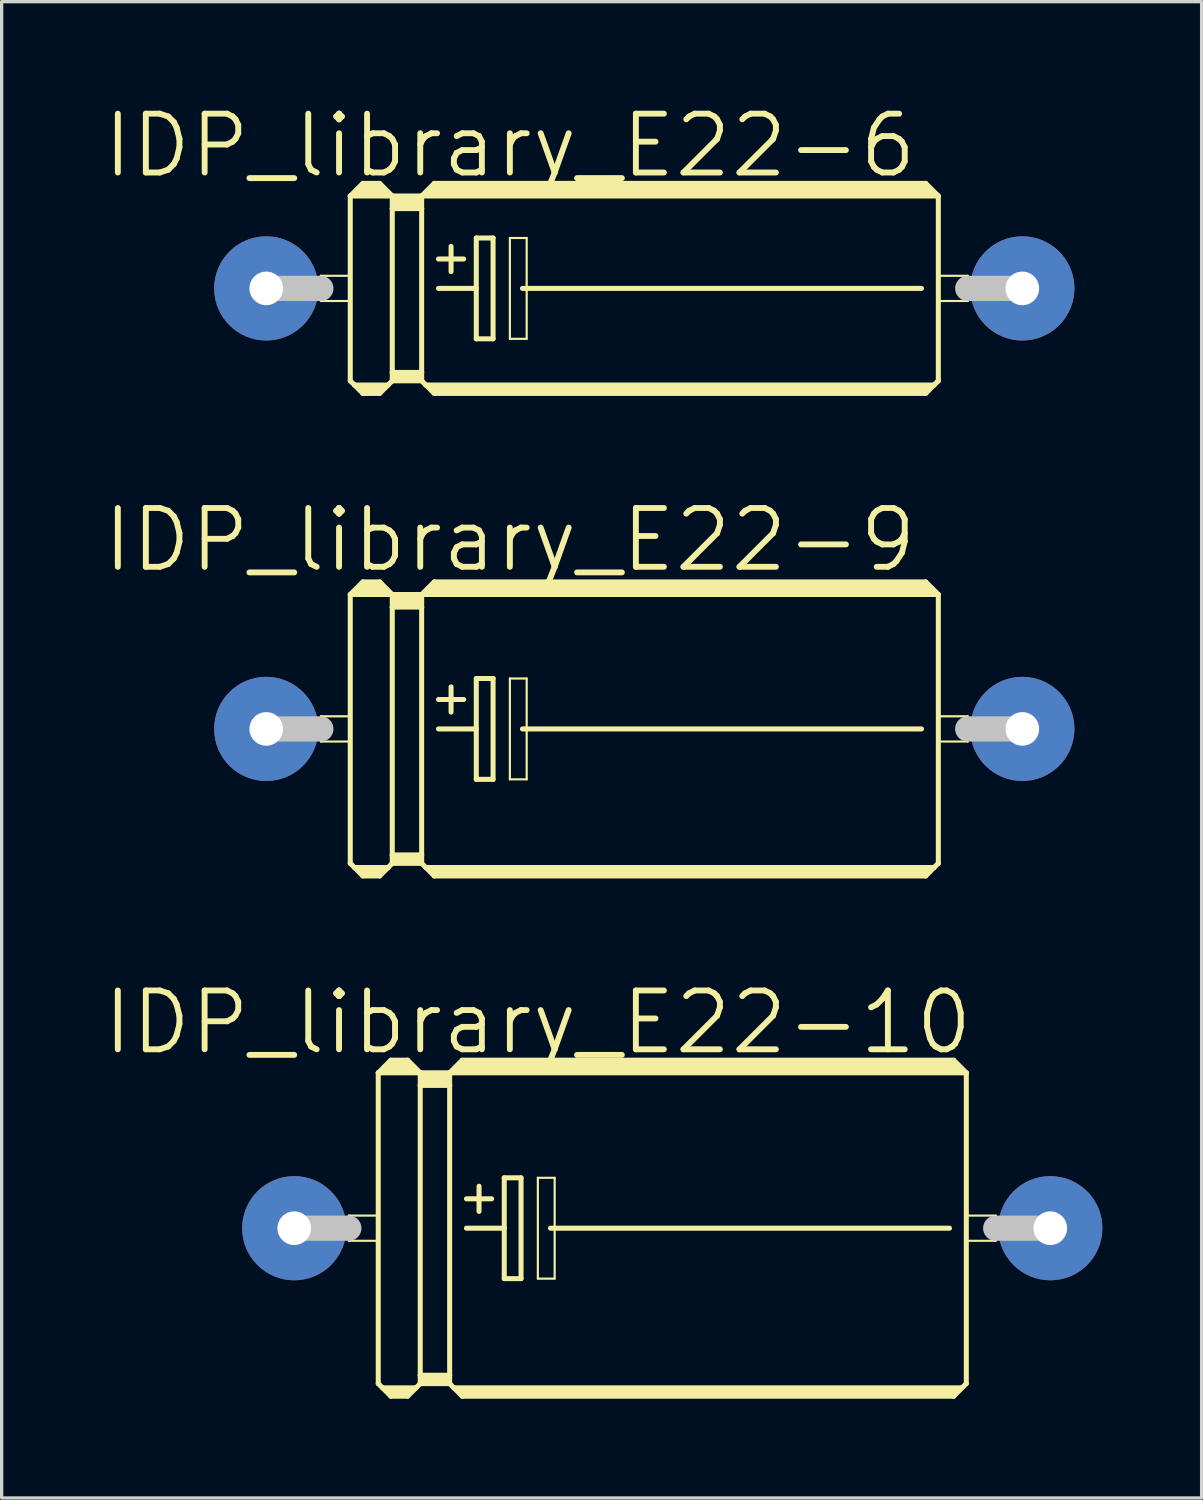
<source format=kicad_pcb>
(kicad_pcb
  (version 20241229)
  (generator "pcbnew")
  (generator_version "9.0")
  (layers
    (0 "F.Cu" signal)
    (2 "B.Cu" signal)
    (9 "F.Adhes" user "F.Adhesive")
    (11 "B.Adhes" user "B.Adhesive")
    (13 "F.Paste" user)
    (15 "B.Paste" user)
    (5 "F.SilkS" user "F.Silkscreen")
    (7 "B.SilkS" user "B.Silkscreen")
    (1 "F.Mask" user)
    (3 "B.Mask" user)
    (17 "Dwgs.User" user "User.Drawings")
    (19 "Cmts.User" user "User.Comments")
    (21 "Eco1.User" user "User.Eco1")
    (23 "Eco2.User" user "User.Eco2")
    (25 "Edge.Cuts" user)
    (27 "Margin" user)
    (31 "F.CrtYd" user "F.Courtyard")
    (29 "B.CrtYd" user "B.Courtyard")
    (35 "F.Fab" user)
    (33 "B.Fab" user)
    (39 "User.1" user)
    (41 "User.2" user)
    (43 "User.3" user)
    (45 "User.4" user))
  (footprint "IDP_library_E22-6"
    (layer "F.Cu")
    (at 16.43 5.67)
    (property "Reference" "IDP_library_E22-6" (at -4.064 -4.318 0) (layer "F.SilkS") (effects (font (size 1.778 1.778) (thickness 0.178))))
    (attr exclude_from_pos_files exclude_from_bom)
    (fp_line (start -9.779 -0.381) (end -8.89 -0.381) (stroke (width 0.066) (type solid)) (layer "F.SilkS"))
    (fp_line (start -9.779 0.381) (end -9.779 -0.381) (stroke (width 0.066) (type solid)) (layer "F.SilkS"))
    (fp_line (start -9.779 0.381) (end -8.89 0.381) (stroke (width 0.066) (type solid)) (layer "F.SilkS"))
    (fp_line (start -8.89 -2.794) (end -8.89 2.794) (stroke (width 0.152) (type solid)) (layer "F.SilkS"))
    (fp_line (start -8.89 -2.794) (end -8.509 -3.175) (stroke (width 0.152) (type solid)) (layer "F.SilkS"))
    (fp_line (start -8.89 -2.794) (end -7.62 -2.794) (stroke (width 0.152) (type solid)) (layer "F.SilkS"))
    (fp_line (start -8.89 0.381) (end -8.89 -0.381) (stroke (width 0.066) (type solid)) (layer "F.SilkS"))
    (fp_line (start -8.89 2.794) (end -8.76 2.921) (stroke (width 0.152) (type solid)) (layer "F.SilkS"))
    (fp_line (start -8.76 2.921) (end -8.509 3.175) (stroke (width 0.152) (type solid)) (layer "F.SilkS"))
    (fp_line (start -8.76 2.921) (end -7.747 2.921) (stroke (width 0.152) (type solid)) (layer "F.SilkS"))
    (fp_line (start -8.636 -2.921) (end -7.874 -2.921) (stroke (width 0.305) (type solid)) (layer "F.SilkS"))
    (fp_line (start -8.509 -3.175) (end -8.001 -3.175) (stroke (width 0.152) (type solid)) (layer "F.SilkS"))
    (fp_line (start -8.509 -3.048) (end -8.001 -3.048) (stroke (width 0.305) (type solid)) (layer "F.SilkS"))
    (fp_line (start -8.509 3.048) (end -8.001 3.048) (stroke (width 0.254) (type solid)) (layer "F.SilkS"))
    (fp_line (start -8.509 3.175) (end -8.001 3.175) (stroke (width 0.152) (type solid)) (layer "F.SilkS"))
    (fp_line (start -7.747 2.921) (end -8.001 3.175) (stroke (width 0.152) (type solid)) (layer "F.SilkS"))
    (fp_line (start -7.62 -2.794) (end -8.001 -3.175) (stroke (width 0.152) (type solid)) (layer "F.SilkS"))
    (fp_line (start -7.62 -2.794) (end -7.62 -2.413) (stroke (width 0.152) (type solid)) (layer "F.SilkS"))
    (fp_line (start -7.62 -2.794) (end -6.731 -2.794) (stroke (width 0.152) (type solid)) (layer "F.SilkS"))
    (fp_line (start -7.62 -2.413) (end -6.731 -2.413) (stroke (width 0.152) (type solid)) (layer "F.SilkS"))
    (fp_line (start -7.62 2.54) (end -7.62 -2.413) (stroke (width 0.152) (type solid)) (layer "F.SilkS"))
    (fp_line (start -7.62 2.54) (end -6.731 2.54) (stroke (width 0.152) (type solid)) (layer "F.SilkS"))
    (fp_line (start -7.62 2.794) (end -7.747 2.921) (stroke (width 0.152) (type solid)) (layer "F.SilkS"))
    (fp_line (start -7.62 2.794) (end -7.62 2.54) (stroke (width 0.152) (type solid)) (layer "F.SilkS"))
    (fp_line (start -7.62 2.794) (end -6.731 2.794) (stroke (width 0.152) (type solid)) (layer "F.SilkS"))
    (fp_line (start -7.493 -2.667) (end -6.858 -2.667) (stroke (width 0.305) (type solid)) (layer "F.SilkS"))
    (fp_line (start -7.493 -2.54) (end -6.858 -2.54) (stroke (width 0.305) (type solid)) (layer "F.SilkS"))
    (fp_line (start -7.493 2.667) (end -6.858 2.667) (stroke (width 0.254) (type solid)) (layer "F.SilkS"))
    (fp_line (start -6.731 -2.794) (end -6.731 -2.413) (stroke (width 0.152) (type solid)) (layer "F.SilkS"))
    (fp_line (start -6.731 -2.794) (end 8.89 -2.794) (stroke (width 0.152) (type solid)) (layer "F.SilkS"))
    (fp_line (start -6.731 -2.413) (end -6.731 2.54) (stroke (width 0.152) (type solid)) (layer "F.SilkS"))
    (fp_line (start -6.731 2.54) (end -6.731 2.794) (stroke (width 0.152) (type solid)) (layer "F.SilkS"))
    (fp_line (start -6.604 2.921) (end -6.731 2.794) (stroke (width 0.152) (type solid)) (layer "F.SilkS"))
    (fp_line (start -6.604 2.921) (end 8.76 2.921) (stroke (width 0.152) (type solid)) (layer "F.SilkS"))
    (fp_line (start -6.477 -2.921) (end 8.636 -2.921) (stroke (width 0.305) (type solid)) (layer "F.SilkS"))
    (fp_line (start -6.35 -3.175) (end -6.731 -2.794) (stroke (width 0.152) (type solid)) (layer "F.SilkS"))
    (fp_line (start -6.35 -3.175) (end 8.509 -3.175) (stroke (width 0.152) (type solid)) (layer "F.SilkS"))
    (fp_line (start -6.35 -3.048) (end 8.509 -3.048) (stroke (width 0.305) (type solid)) (layer "F.SilkS"))
    (fp_line (start -6.35 3.048) (end 8.509 3.048) (stroke (width 0.254) (type solid)) (layer "F.SilkS"))
    (fp_line (start -6.35 3.175) (end -6.604 2.921) (stroke (width 0.152) (type solid)) (layer "F.SilkS"))
    (fp_line (start -6.35 3.175) (end 8.509 3.175) (stroke (width 0.152) (type solid)) (layer "F.SilkS"))
    (fp_line (start -6.223 -0.889) (end -5.461 -0.889) (stroke (width 0.152) (type solid)) (layer "F.SilkS"))
    (fp_line (start -6.223 0) (end -5.08 0) (stroke (width 0.152) (type solid)) (layer "F.SilkS"))
    (fp_line (start -5.842 -1.27) (end -5.842 -0.508) (stroke (width 0.152) (type solid)) (layer "F.SilkS"))
    (fp_line (start -5.08 -1.524) (end -5.08 0) (stroke (width 0.152) (type solid)) (layer "F.SilkS"))
    (fp_line (start -5.08 0) (end -5.08 1.524) (stroke (width 0.152) (type solid)) (layer "F.SilkS"))
    (fp_line (start -5.08 1.524) (end -4.572 1.524) (stroke (width 0.152) (type solid)) (layer "F.SilkS"))
    (fp_line (start -4.572 -1.524) (end -5.08 -1.524) (stroke (width 0.152) (type solid)) (layer "F.SilkS"))
    (fp_line (start -4.572 1.524) (end -4.572 -1.524) (stroke (width 0.152) (type solid)) (layer "F.SilkS"))
    (fp_line (start -4.064 -1.524) (end -3.556 -1.524) (stroke (width 0.066) (type solid)) (layer "F.SilkS"))
    (fp_line (start -4.064 1.524) (end -4.064 -1.524) (stroke (width 0.066) (type solid)) (layer "F.SilkS"))
    (fp_line (start -4.064 1.524) (end -3.556 1.524) (stroke (width 0.066) (type solid)) (layer "F.SilkS"))
    (fp_line (start -3.683 0) (end 8.382 0) (stroke (width 0.152) (type solid)) (layer "F.SilkS"))
    (fp_line (start -3.556 1.524) (end -3.556 -1.524) (stroke (width 0.066) (type solid)) (layer "F.SilkS"))
    (fp_line (start 8.509 -3.175) (end 8.89 -2.794) (stroke (width 0.152) (type solid)) (layer "F.SilkS"))
    (fp_line (start 8.509 3.175) (end 8.76 2.921) (stroke (width 0.152) (type solid)) (layer "F.SilkS"))
    (fp_line (start 8.76 2.921) (end 8.89 2.794) (stroke (width 0.152) (type solid)) (layer "F.SilkS"))
    (fp_line (start 8.89 -2.794) (end 8.89 2.794) (stroke (width 0.152) (type solid)) (layer "F.SilkS"))
    (fp_line (start 8.89 -0.381) (end 9.779 -0.381) (stroke (width 0.066) (type solid)) (layer "F.SilkS"))
    (fp_line (start 8.89 0.381) (end 8.89 -0.381) (stroke (width 0.066) (type solid)) (layer "F.SilkS"))
    (fp_line (start 8.89 0.381) (end 9.779 0.381) (stroke (width 0.066) (type solid)) (layer "F.SilkS"))
    (fp_line (start 9.779 0.381) (end 9.779 -0.381) (stroke (width 0.066) (type solid)) (layer "F.SilkS"))
    (fp_line (start -11.43 0) (end -9.779 0) (stroke (width 0.762) (type solid)) (layer "Dwgs.User"))
    (fp_line (start 11.43 0) (end 9.779 0) (stroke (width 0.762) (type solid)) (layer "Dwgs.User"))
    (pad "+" thru_hole circle (at -11.43 0) (size 3.15 3.15) (drill 1.016) (layers "*.Cu" "*.Paste" "*.Mask"))
    (pad "-" thru_hole circle (at 11.43 0) (size 3.15 3.15) (drill 1.016) (layers "*.Cu" "*.Paste" "*.Mask")))
  (footprint "IDP_library_E22-9"
    (layer "F.Cu")
    (at 16.43 18.989)
    (property "Reference" "IDP_library_E22-9" (at -4.064 -5.715 0) (layer "F.SilkS") (effects (font (size 1.778 1.778) (thickness 0.178))))
    (attr exclude_from_pos_files exclude_from_bom)
    (fp_line (start -9.779 -0.381) (end -8.89 -0.381) (stroke (width 0.066) (type solid)) (layer "F.SilkS"))
    (fp_line (start -9.779 0.381) (end -9.779 -0.381) (stroke (width 0.066) (type solid)) (layer "F.SilkS"))
    (fp_line (start -9.779 0.381) (end -8.89 0.381) (stroke (width 0.066) (type solid)) (layer "F.SilkS"))
    (fp_line (start -8.89 -4.064) (end -8.89 4.064) (stroke (width 0.152) (type solid)) (layer "F.SilkS"))
    (fp_line (start -8.89 -4.064) (end -8.509 -4.445) (stroke (width 0.152) (type solid)) (layer "F.SilkS"))
    (fp_line (start -8.89 -4.064) (end -7.62 -4.064) (stroke (width 0.152) (type solid)) (layer "F.SilkS"))
    (fp_line (start -8.89 0.381) (end -8.89 -0.381) (stroke (width 0.066) (type solid)) (layer "F.SilkS"))
    (fp_line (start -8.89 4.064) (end -8.76 4.191) (stroke (width 0.152) (type solid)) (layer "F.SilkS"))
    (fp_line (start -8.76 4.191) (end -8.509 4.445) (stroke (width 0.152) (type solid)) (layer "F.SilkS"))
    (fp_line (start -8.76 4.191) (end -7.747 4.191) (stroke (width 0.152) (type solid)) (layer "F.SilkS"))
    (fp_line (start -8.636 -4.191) (end -7.874 -4.191) (stroke (width 0.305) (type solid)) (layer "F.SilkS"))
    (fp_line (start -8.509 -4.445) (end -8.001 -4.445) (stroke (width 0.152) (type solid)) (layer "F.SilkS"))
    (fp_line (start -8.509 -4.318) (end -8.001 -4.318) (stroke (width 0.305) (type solid)) (layer "F.SilkS"))
    (fp_line (start -8.509 4.318) (end -8.001 4.318) (stroke (width 0.254) (type solid)) (layer "F.SilkS"))
    (fp_line (start -8.509 4.445) (end -8.001 4.445) (stroke (width 0.152) (type solid)) (layer "F.SilkS"))
    (fp_line (start -7.747 4.191) (end -8.001 4.445) (stroke (width 0.152) (type solid)) (layer "F.SilkS"))
    (fp_line (start -7.62 -4.064) (end -8.001 -4.445) (stroke (width 0.152) (type solid)) (layer "F.SilkS"))
    (fp_line (start -7.62 -4.064) (end -7.62 -3.683) (stroke (width 0.152) (type solid)) (layer "F.SilkS"))
    (fp_line (start -7.62 -4.064) (end -6.731 -4.064) (stroke (width 0.152) (type solid)) (layer "F.SilkS"))
    (fp_line (start -7.62 -3.683) (end -6.731 -3.683) (stroke (width 0.152) (type solid)) (layer "F.SilkS"))
    (fp_line (start -7.62 3.81) (end -7.62 -3.683) (stroke (width 0.152) (type solid)) (layer "F.SilkS"))
    (fp_line (start -7.62 3.81) (end -6.731 3.81) (stroke (width 0.152) (type solid)) (layer "F.SilkS"))
    (fp_line (start -7.62 4.064) (end -7.747 4.191) (stroke (width 0.152) (type solid)) (layer "F.SilkS"))
    (fp_line (start -7.62 4.064) (end -7.62 3.81) (stroke (width 0.152) (type solid)) (layer "F.SilkS"))
    (fp_line (start -7.62 4.064) (end -6.731 4.064) (stroke (width 0.152) (type solid)) (layer "F.SilkS"))
    (fp_line (start -7.493 -3.937) (end -6.858 -3.937) (stroke (width 0.305) (type solid)) (layer "F.SilkS"))
    (fp_line (start -7.493 -3.81) (end -6.858 -3.81) (stroke (width 0.305) (type solid)) (layer "F.SilkS"))
    (fp_line (start -7.493 3.937) (end -6.858 3.937) (stroke (width 0.254) (type solid)) (layer "F.SilkS"))
    (fp_line (start -6.731 -4.064) (end -6.731 -3.683) (stroke (width 0.152) (type solid)) (layer "F.SilkS"))
    (fp_line (start -6.731 -4.064) (end 8.89 -4.064) (stroke (width 0.152) (type solid)) (layer "F.SilkS"))
    (fp_line (start -6.731 -3.683) (end -6.731 3.81) (stroke (width 0.152) (type solid)) (layer "F.SilkS"))
    (fp_line (start -6.731 3.81) (end -6.731 4.064) (stroke (width 0.152) (type solid)) (layer "F.SilkS"))
    (fp_line (start -6.604 4.191) (end -6.731 4.064) (stroke (width 0.152) (type solid)) (layer "F.SilkS"))
    (fp_line (start -6.604 4.191) (end 8.76 4.191) (stroke (width 0.152) (type solid)) (layer "F.SilkS"))
    (fp_line (start -6.477 -4.191) (end 8.636 -4.191) (stroke (width 0.305) (type solid)) (layer "F.SilkS"))
    (fp_line (start -6.35 -4.445) (end -6.731 -4.064) (stroke (width 0.152) (type solid)) (layer "F.SilkS"))
    (fp_line (start -6.35 -4.445) (end 8.509 -4.445) (stroke (width 0.152) (type solid)) (layer "F.SilkS"))
    (fp_line (start -6.35 -4.318) (end 8.509 -4.318) (stroke (width 0.305) (type solid)) (layer "F.SilkS"))
    (fp_line (start -6.35 4.318) (end 8.509 4.318) (stroke (width 0.254) (type solid)) (layer "F.SilkS"))
    (fp_line (start -6.35 4.445) (end -6.604 4.191) (stroke (width 0.152) (type solid)) (layer "F.SilkS"))
    (fp_line (start -6.35 4.445) (end 8.509 4.445) (stroke (width 0.152) (type solid)) (layer "F.SilkS"))
    (fp_line (start -6.223 -0.889) (end -5.461 -0.889) (stroke (width 0.152) (type solid)) (layer "F.SilkS"))
    (fp_line (start -6.223 0) (end -5.08 0) (stroke (width 0.152) (type solid)) (layer "F.SilkS"))
    (fp_line (start -5.842 -1.27) (end -5.842 -0.508) (stroke (width 0.152) (type solid)) (layer "F.SilkS"))
    (fp_line (start -5.08 -1.524) (end -5.08 0) (stroke (width 0.152) (type solid)) (layer "F.SilkS"))
    (fp_line (start -5.08 0) (end -5.08 1.524) (stroke (width 0.152) (type solid)) (layer "F.SilkS"))
    (fp_line (start -5.08 1.524) (end -4.572 1.524) (stroke (width 0.152) (type solid)) (layer "F.SilkS"))
    (fp_line (start -4.572 -1.524) (end -5.08 -1.524) (stroke (width 0.152) (type solid)) (layer "F.SilkS"))
    (fp_line (start -4.572 1.524) (end -4.572 -1.524) (stroke (width 0.152) (type solid)) (layer "F.SilkS"))
    (fp_line (start -4.064 -1.524) (end -3.556 -1.524) (stroke (width 0.066) (type solid)) (layer "F.SilkS"))
    (fp_line (start -4.064 1.524) (end -4.064 -1.524) (stroke (width 0.066) (type solid)) (layer "F.SilkS"))
    (fp_line (start -4.064 1.524) (end -3.556 1.524) (stroke (width 0.066) (type solid)) (layer "F.SilkS"))
    (fp_line (start -3.683 0) (end 8.382 0) (stroke (width 0.152) (type solid)) (layer "F.SilkS"))
    (fp_line (start -3.556 1.524) (end -3.556 -1.524) (stroke (width 0.066) (type solid)) (layer "F.SilkS"))
    (fp_line (start 8.509 -4.445) (end 8.89 -4.064) (stroke (width 0.152) (type solid)) (layer "F.SilkS"))
    (fp_line (start 8.509 4.445) (end 8.76 4.191) (stroke (width 0.152) (type solid)) (layer "F.SilkS"))
    (fp_line (start 8.76 4.191) (end 8.89 4.064) (stroke (width 0.152) (type solid)) (layer "F.SilkS"))
    (fp_line (start 8.89 -4.064) (end 8.89 4.064) (stroke (width 0.152) (type solid)) (layer "F.SilkS"))
    (fp_line (start 8.89 -0.381) (end 9.779 -0.381) (stroke (width 0.066) (type solid)) (layer "F.SilkS"))
    (fp_line (start 8.89 0.381) (end 8.89 -0.381) (stroke (width 0.066) (type solid)) (layer "F.SilkS"))
    (fp_line (start 8.89 0.381) (end 9.779 0.381) (stroke (width 0.066) (type solid)) (layer "F.SilkS"))
    (fp_line (start 9.779 0.381) (end 9.779 -0.381) (stroke (width 0.066) (type solid)) (layer "F.SilkS"))
    (fp_line (start -11.43 0) (end -9.779 0) (stroke (width 0.762) (type solid)) (layer "Dwgs.User"))
    (fp_line (start 11.43 0) (end 9.779 0) (stroke (width 0.762) (type solid)) (layer "Dwgs.User"))
    (pad "+" thru_hole circle (at -11.43 0) (size 3.15 3.15) (drill 1.016) (layers "*.Cu" "*.Paste" "*.Mask"))
    (pad "-" thru_hole circle (at 11.43 0) (size 3.15 3.15) (drill 1.016) (layers "*.Cu" "*.Paste" "*.Mask")))
  (footprint "IDP_library_E22-10"
    (layer "F.Cu")
    (at 17.276 34.085)
    (property "Reference" "IDP_library_E22-10" (at -4.064 -6.223 0) (layer "F.SilkS") (effects (font (size 1.778 1.778) (thickness 0.178))))
    (attr exclude_from_pos_files exclude_from_bom)
    (fp_line (start -9.779 -0.381) (end -8.89 -0.381) (stroke (width 0.066) (type solid)) (layer "F.SilkS"))
    (fp_line (start -9.779 0.381) (end -9.779 -0.381) (stroke (width 0.066) (type solid)) (layer "F.SilkS"))
    (fp_line (start -9.779 0.381) (end -8.89 0.381) (stroke (width 0.066) (type solid)) (layer "F.SilkS"))
    (fp_line (start -8.89 -4.699) (end -8.89 4.699) (stroke (width 0.152) (type solid)) (layer "F.SilkS"))
    (fp_line (start -8.89 -4.699) (end -8.509 -5.08) (stroke (width 0.152) (type solid)) (layer "F.SilkS"))
    (fp_line (start -8.89 -4.699) (end -7.62 -4.699) (stroke (width 0.152) (type solid)) (layer "F.SilkS"))
    (fp_line (start -8.89 0.381) (end -8.89 -0.381) (stroke (width 0.066) (type solid)) (layer "F.SilkS"))
    (fp_line (start -8.89 4.699) (end -8.76 4.826) (stroke (width 0.152) (type solid)) (layer "F.SilkS"))
    (fp_line (start -8.76 4.826) (end -8.509 5.08) (stroke (width 0.152) (type solid)) (layer "F.SilkS"))
    (fp_line (start -8.76 4.826) (end -7.747 4.826) (stroke (width 0.152) (type solid)) (layer "F.SilkS"))
    (fp_line (start -8.636 -4.826) (end -7.874 -4.826) (stroke (width 0.305) (type solid)) (layer "F.SilkS"))
    (fp_line (start -8.509 -5.08) (end -8.001 -5.08) (stroke (width 0.152) (type solid)) (layer "F.SilkS"))
    (fp_line (start -8.509 -4.953) (end -8.001 -4.953) (stroke (width 0.305) (type solid)) (layer "F.SilkS"))
    (fp_line (start -8.509 4.953) (end -8.001 4.953) (stroke (width 0.254) (type solid)) (layer "F.SilkS"))
    (fp_line (start -8.509 5.08) (end -8.001 5.08) (stroke (width 0.152) (type solid)) (layer "F.SilkS"))
    (fp_line (start -7.747 4.826) (end -8.001 5.08) (stroke (width 0.152) (type solid)) (layer "F.SilkS"))
    (fp_line (start -7.62 -4.699) (end -8.001 -5.08) (stroke (width 0.152) (type solid)) (layer "F.SilkS"))
    (fp_line (start -7.62 -4.699) (end -7.62 -4.318) (stroke (width 0.152) (type solid)) (layer "F.SilkS"))
    (fp_line (start -7.62 -4.699) (end -6.731 -4.699) (stroke (width 0.152) (type solid)) (layer "F.SilkS"))
    (fp_line (start -7.62 -4.318) (end -6.731 -4.318) (stroke (width 0.152) (type solid)) (layer "F.SilkS"))
    (fp_line (start -7.62 4.445) (end -7.62 -4.318) (stroke (width 0.152) (type solid)) (layer "F.SilkS"))
    (fp_line (start -7.62 4.445) (end -6.731 4.445) (stroke (width 0.152) (type solid)) (layer "F.SilkS"))
    (fp_line (start -7.62 4.699) (end -7.747 4.826) (stroke (width 0.152) (type solid)) (layer "F.SilkS"))
    (fp_line (start -7.62 4.699) (end -7.62 4.445) (stroke (width 0.152) (type solid)) (layer "F.SilkS"))
    (fp_line (start -7.62 4.699) (end -6.731 4.699) (stroke (width 0.152) (type solid)) (layer "F.SilkS"))
    (fp_line (start -7.493 -4.572) (end -6.858 -4.572) (stroke (width 0.305) (type solid)) (layer "F.SilkS"))
    (fp_line (start -7.493 -4.445) (end -6.858 -4.445) (stroke (width 0.305) (type solid)) (layer "F.SilkS"))
    (fp_line (start -7.493 4.572) (end -6.858 4.572) (stroke (width 0.254) (type solid)) (layer "F.SilkS"))
    (fp_line (start -6.731 -4.699) (end -6.731 -4.318) (stroke (width 0.152) (type solid)) (layer "F.SilkS"))
    (fp_line (start -6.731 -4.699) (end 8.89 -4.699) (stroke (width 0.152) (type solid)) (layer "F.SilkS"))
    (fp_line (start -6.731 -4.318) (end -6.731 4.445) (stroke (width 0.152) (type solid)) (layer "F.SilkS"))
    (fp_line (start -6.731 4.445) (end -6.731 4.699) (stroke (width 0.152) (type solid)) (layer "F.SilkS"))
    (fp_line (start -6.604 4.826) (end -6.731 4.699) (stroke (width 0.152) (type solid)) (layer "F.SilkS"))
    (fp_line (start -6.604 4.826) (end 8.76 4.826) (stroke (width 0.152) (type solid)) (layer "F.SilkS"))
    (fp_line (start -6.477 -4.826) (end 8.636 -4.826) (stroke (width 0.305) (type solid)) (layer "F.SilkS"))
    (fp_line (start -6.35 -5.08) (end -6.731 -4.699) (stroke (width 0.152) (type solid)) (layer "F.SilkS"))
    (fp_line (start -6.35 -5.08) (end 8.509 -5.08) (stroke (width 0.152) (type solid)) (layer "F.SilkS"))
    (fp_line (start -6.35 -4.953) (end 8.509 -4.953) (stroke (width 0.305) (type solid)) (layer "F.SilkS"))
    (fp_line (start -6.35 4.953) (end 8.509 4.953) (stroke (width 0.254) (type solid)) (layer "F.SilkS"))
    (fp_line (start -6.35 5.08) (end -6.604 4.826) (stroke (width 0.152) (type solid)) (layer "F.SilkS"))
    (fp_line (start -6.35 5.08) (end 8.509 5.08) (stroke (width 0.152) (type solid)) (layer "F.SilkS"))
    (fp_line (start -6.223 -0.889) (end -5.461 -0.889) (stroke (width 0.152) (type solid)) (layer "F.SilkS"))
    (fp_line (start -6.223 0) (end -5.08 0) (stroke (width 0.152) (type solid)) (layer "F.SilkS"))
    (fp_line (start -5.842 -1.27) (end -5.842 -0.508) (stroke (width 0.152) (type solid)) (layer "F.SilkS"))
    (fp_line (start -5.08 -1.524) (end -5.08 0) (stroke (width 0.152) (type solid)) (layer "F.SilkS"))
    (fp_line (start -5.08 0) (end -5.08 1.524) (stroke (width 0.152) (type solid)) (layer "F.SilkS"))
    (fp_line (start -5.08 1.524) (end -4.572 1.524) (stroke (width 0.152) (type solid)) (layer "F.SilkS"))
    (fp_line (start -4.572 -1.524) (end -5.08 -1.524) (stroke (width 0.152) (type solid)) (layer "F.SilkS"))
    (fp_line (start -4.572 1.524) (end -4.572 -1.524) (stroke (width 0.152) (type solid)) (layer "F.SilkS"))
    (fp_line (start -4.064 -1.524) (end -3.556 -1.524) (stroke (width 0.066) (type solid)) (layer "F.SilkS"))
    (fp_line (start -4.064 1.524) (end -4.064 -1.524) (stroke (width 0.066) (type solid)) (layer "F.SilkS"))
    (fp_line (start -4.064 1.524) (end -3.556 1.524) (stroke (width 0.066) (type solid)) (layer "F.SilkS"))
    (fp_line (start -3.683 0) (end 8.382 0) (stroke (width 0.152) (type solid)) (layer "F.SilkS"))
    (fp_line (start -3.556 1.524) (end -3.556 -1.524) (stroke (width 0.066) (type solid)) (layer "F.SilkS"))
    (fp_line (start 8.509 -5.08) (end 8.89 -4.699) (stroke (width 0.152) (type solid)) (layer "F.SilkS"))
    (fp_line (start 8.509 5.08) (end 8.76 4.826) (stroke (width 0.152) (type solid)) (layer "F.SilkS"))
    (fp_line (start 8.76 4.826) (end 8.89 4.699) (stroke (width 0.152) (type solid)) (layer "F.SilkS"))
    (fp_line (start 8.89 -4.699) (end 8.89 4.699) (stroke (width 0.152) (type solid)) (layer "F.SilkS"))
    (fp_line (start 8.89 -0.381) (end 9.779 -0.381) (stroke (width 0.066) (type solid)) (layer "F.SilkS"))
    (fp_line (start 8.89 0.381) (end 8.89 -0.381) (stroke (width 0.066) (type solid)) (layer "F.SilkS"))
    (fp_line (start 8.89 0.381) (end 9.779 0.381) (stroke (width 0.066) (type solid)) (layer "F.SilkS"))
    (fp_line (start 9.779 0.381) (end 9.779 -0.381) (stroke (width 0.066) (type solid)) (layer "F.SilkS"))
    (fp_line (start -11.43 0) (end -9.779 0) (stroke (width 0.762) (type solid)) (layer "Dwgs.User"))
    (fp_line (start 11.43 0) (end 9.779 0) (stroke (width 0.762) (type solid)) (layer "Dwgs.User"))
    (pad "+" thru_hole circle (at -11.43 0) (size 3.15 3.15) (drill 1.016) (layers "*.Cu" "*.Paste" "*.Mask"))
    (pad "-" thru_hole circle (at 11.43 0) (size 3.15 3.15) (drill 1.016) (layers "*.Cu" "*.Paste" "*.Mask")))
  (gr_rect
    (start -3 -3)
    (end 33.281 42.241)
    (stroke (width 0.1) (type default))
    (fill no)
    (layer "Edge.Cuts")))
</source>
